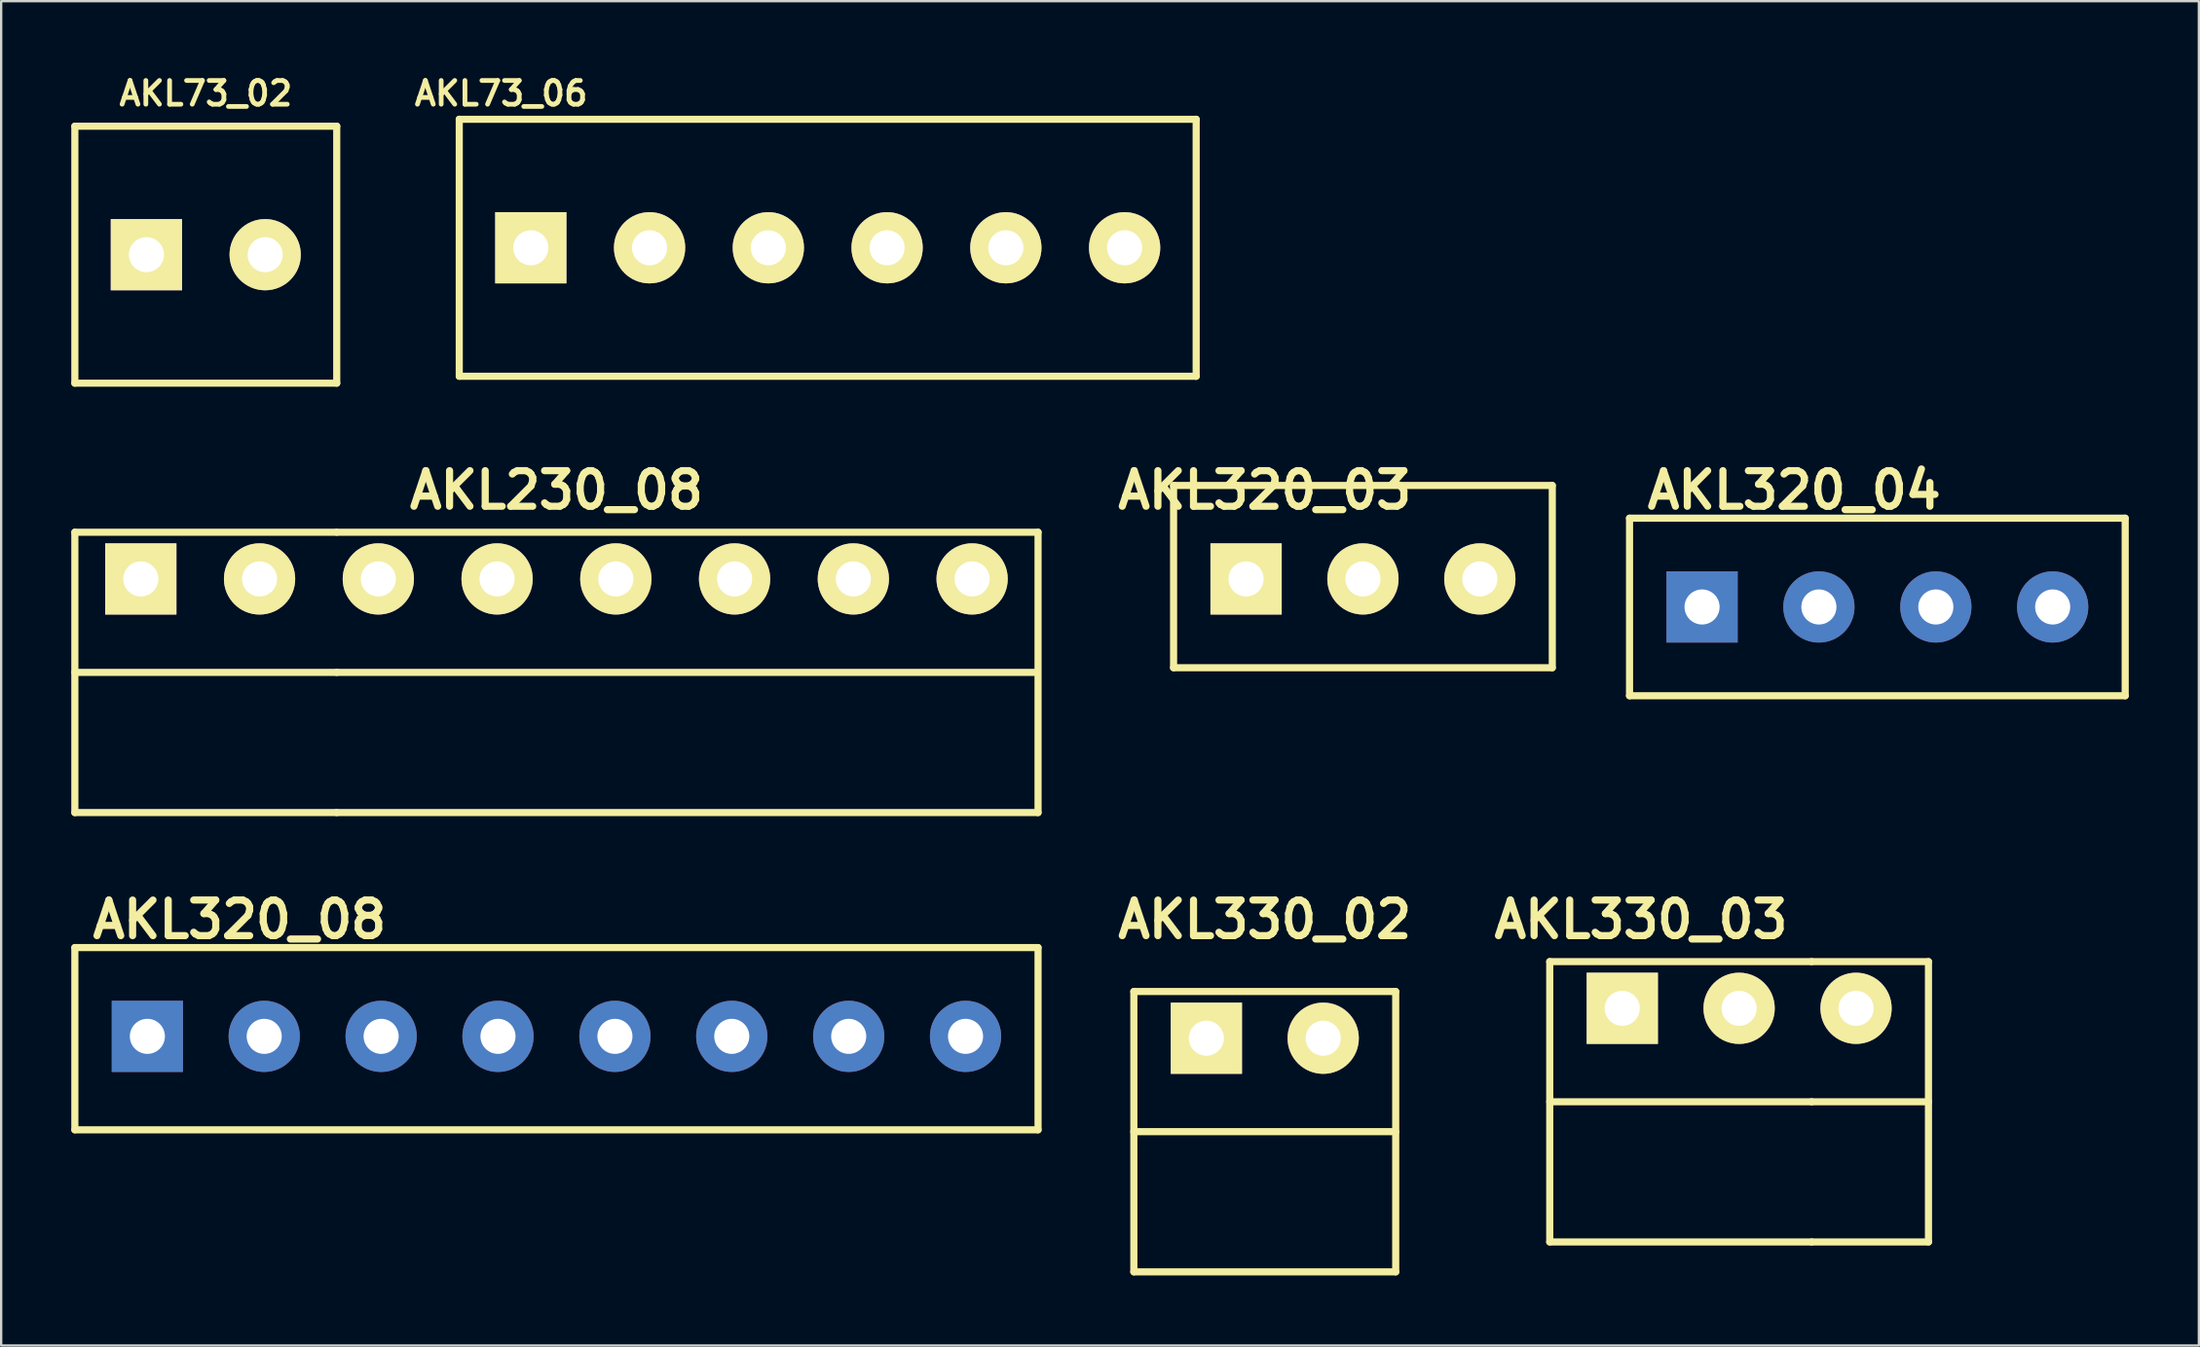
<source format=kicad_pcb>
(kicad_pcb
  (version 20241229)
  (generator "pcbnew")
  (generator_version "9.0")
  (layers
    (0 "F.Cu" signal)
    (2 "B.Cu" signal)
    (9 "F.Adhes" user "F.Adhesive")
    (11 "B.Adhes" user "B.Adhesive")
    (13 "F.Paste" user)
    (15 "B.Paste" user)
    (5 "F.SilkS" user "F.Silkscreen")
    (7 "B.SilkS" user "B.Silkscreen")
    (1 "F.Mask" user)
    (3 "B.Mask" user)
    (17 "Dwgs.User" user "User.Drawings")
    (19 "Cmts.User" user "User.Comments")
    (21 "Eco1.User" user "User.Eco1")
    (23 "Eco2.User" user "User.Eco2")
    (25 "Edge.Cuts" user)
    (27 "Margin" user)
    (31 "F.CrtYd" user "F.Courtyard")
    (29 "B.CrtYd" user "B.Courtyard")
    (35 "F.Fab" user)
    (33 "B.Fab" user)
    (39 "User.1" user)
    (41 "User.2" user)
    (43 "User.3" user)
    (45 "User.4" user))
  (footprint "AKL330_03"
    (layer "F.Cu")
    (at 68.843 40.109)
    (property "Reference" "AKL330_03" (at -1.699 -3.8 0) (layer "F.SilkS") (effects (font (size 1.524 1.524) (thickness 0.305))))
    (attr through_hole)
    (fp_line (start -5.601 -1.999) (end -5.601 10) (stroke (width 0.305) (type solid)) (layer "F.SilkS"))
    (fp_line (start -5.601 -1.999) (end 5.601 -1.999) (stroke (width 0.305) (type solid)) (layer "F.SilkS"))
    (fp_line (start -5.601 4) (end 5.601 4) (stroke (width 0.305) (type solid)) (layer "F.SilkS"))
    (fp_line (start 5.601 -1.999) (end 10.599 -1.999) (stroke (width 0.305) (type solid)) (layer "F.SilkS"))
    (fp_line (start 5.601 4) (end 10.599 4) (stroke (width 0.305) (type solid)) (layer "F.SilkS"))
    (fp_line (start 5.601 10) (end -5.601 10) (stroke (width 0.305) (type solid)) (layer "F.SilkS"))
    (fp_line (start 5.601 10) (end 10.599 10) (stroke (width 0.305) (type solid)) (layer "F.SilkS"))
    (fp_line (start 10.599 -1.999) (end 10.599 10) (stroke (width 0.305) (type solid)) (layer "F.SilkS"))
    (pad "1" thru_hole rect (at -2.499 0) (size 3.048 3.048) (drill 1.501) (layers "*.Cu" "*.Mask" "F.SilkS"))
    (pad "2" thru_hole circle (at 2.499 0) (size 3.048 3.048) (drill 1.501) (layers "*.Cu" "*.Mask" "F.SilkS"))
    (pad "3" thru_hole circle (at 7.501 0) (size 3.048 3.048) (drill 1.501) (layers "*.Cu" "*.Mask" "F.SilkS")))
  (footprint "AKL330_02"
    (layer "F.Cu")
    (at 51.052 41.389)
    (property "Reference" "AKL330_02" (at 0 -5.08 0) (layer "F.SilkS") (effects (font (size 1.524 1.524) (thickness 0.305))))
    (attr through_hole)
    (fp_line (start -5.601 -1.999) (end -5.601 10) (stroke (width 0.305) (type solid)) (layer "F.SilkS"))
    (fp_line (start -5.601 -1.999) (end 5.601 -1.999) (stroke (width 0.305) (type solid)) (layer "F.SilkS"))
    (fp_line (start -5.601 4) (end 5.601 4) (stroke (width 0.305) (type solid)) (layer "F.SilkS"))
    (fp_line (start 5.601 -1.999) (end 5.601 10) (stroke (width 0.305) (type solid)) (layer "F.SilkS"))
    (fp_line (start 5.601 10) (end -5.601 10) (stroke (width 0.305) (type solid)) (layer "F.SilkS"))
    (pad "1" thru_hole rect (at -2.499 0) (size 3.048 3.048) (drill 1.501) (layers "*.Cu" "*.Mask" "F.SilkS"))
    (pad "2" thru_hole circle (at 2.499 0) (size 3.048 3.048) (drill 1.501) (layers "*.Cu" "*.Mask" "F.SilkS")))
  (footprint "AKL320_08"
    (layer "F.Cu")
    (at 20.753 41.309)
    (property "Reference" "AKL320_08" (at -20 -5 0) (layer "F.SilkS") (effects (font (size 1.524 1.524) (thickness 0.305)) (justify left)))
    (attr through_hole)
    (fp_line (start -20.601 -3.8) (end -20.601 4) (stroke (width 0.305) (type solid)) (layer "F.SilkS"))
    (fp_line (start -20.601 -3.8) (end 20.601 -3.8) (stroke (width 0.305) (type solid)) (layer "F.SilkS"))
    (fp_line (start -20.601 4) (end 20.601 4) (stroke (width 0.305) (type solid)) (layer "F.SilkS"))
    (fp_line (start 20.601 -3.8) (end 20.601 4) (stroke (width 0.305) (type solid)) (layer "F.SilkS"))
    (pad "1" thru_hole rect (at -17.499 0) (size 3.048 3.048) (drill 1.501) (layers "*.Cu" "*.Mask"))
    (pad "2" thru_hole circle (at -12.501 0) (size 3.048 3.048) (drill 1.501) (layers "*.Cu" "*.Mask"))
    (pad "3" thru_hole circle (at -7.499 0) (size 3.048 3.048) (drill 1.501) (layers "*.Cu" "*.Mask"))
    (pad "4" thru_hole circle (at -2.501 0) (size 3.048 3.048) (drill 1.501) (layers "*.Cu" "*.Mask"))
    (pad "5" thru_hole circle (at 2.501 0) (size 3.048 3.048) (drill 1.501) (layers "*.Cu" "*.Mask"))
    (pad "6" thru_hole circle (at 7.499 0) (size 3.048 3.048) (drill 1.501) (layers "*.Cu" "*.Mask"))
    (pad "7" thru_hole circle (at 12.501 0) (size 3.048 3.048) (drill 1.501) (layers "*.Cu" "*.Mask"))
    (pad "8" thru_hole circle (at 17.499 0) (size 3.048 3.048) (drill 1.501) (layers "*.Cu" "*.Mask")))
  (footprint "AKL320_04"
    (layer "F.Cu")
    (at 77.256 22.93)
    (property "Reference" "AKL320_04" (at -10 -5 0) (layer "F.SilkS") (effects (font (size 1.524 1.524) (thickness 0.305)) (justify left)))
    (attr through_hole)
    (fp_line (start -10.601 -3.8) (end -10.601 3.8) (stroke (width 0.305) (type solid)) (layer "F.SilkS"))
    (fp_line (start -10.601 -3.8) (end 10.601 -3.8) (stroke (width 0.305) (type solid)) (layer "F.SilkS"))
    (fp_line (start -10.601 3.8) (end 10.601 3.8) (stroke (width 0.305) (type solid)) (layer "F.SilkS"))
    (fp_line (start 10.601 -3.8) (end 10.601 3.8) (stroke (width 0.305) (type solid)) (layer "F.SilkS"))
    (pad "1" thru_hole rect (at -7.499 0) (size 3.048 3.048) (drill 1.501) (layers "*.Cu" "*.Mask"))
    (pad "2" thru_hole circle (at -2.501 0) (size 3.048 3.048) (drill 1.501) (layers "*.Cu" "*.Mask"))
    (pad "3" thru_hole circle (at 2.501 0) (size 3.048 3.048) (drill 1.501) (layers "*.Cu" "*.Mask"))
    (pad "4" thru_hole circle (at 7.499 0) (size 3.048 3.048) (drill 1.501) (layers "*.Cu" "*.Mask")))
  (footprint "AKL73_02"
    (layer "F.Cu")
    (at 5.753 7.851)
    (property "Reference" "AKL73_02" (at 0 -6.9 0) (layer "F.SilkS") (effects (font (size 1.016 1.016) (thickness 0.203))))
    (attr through_hole)
    (fp_line (start -5.601 -5.5) (end -5.601 5.5) (stroke (width 0.305) (type solid)) (layer "F.SilkS"))
    (fp_line (start -5.601 -5.499) (end 5.601 -5.499) (stroke (width 0.305) (type solid)) (layer "F.SilkS"))
    (fp_line (start 5.601 -5.5) (end 5.601 5.5) (stroke (width 0.305) (type solid)) (layer "F.SilkS"))
    (fp_line (start 5.601 5.5) (end -5.601 5.5) (stroke (width 0.305) (type solid)) (layer "F.SilkS"))
    (pad "1" thru_hole rect (at -2.54 0) (size 3.048 3.048) (drill 1.501) (layers "*.Cu" "*.Mask" "F.SilkS"))
    (pad "2" thru_hole circle (at 2.54 0) (size 3.048 3.048) (drill 1.501) (layers "*.Cu" "*.Mask" "F.SilkS")))
  (footprint "AKL73_06"
    (layer "F.Cu")
    (at 32.356 7.555)
    (property "Reference" "AKL73_06" (at -13.97 -6.604 0) (layer "F.SilkS") (effects (font (size 1.016 1.016) (thickness 0.203))))
    (attr through_hole)
    (fp_line (start -15.761 -5.5) (end -15.761 5.5) (stroke (width 0.305) (type solid)) (layer "F.SilkS"))
    (fp_line (start -15.761 -5.499) (end 15.761 -5.499) (stroke (width 0.305) (type solid)) (layer "F.SilkS"))
    (fp_line (start 15.761 -5.5) (end 15.761 5.5) (stroke (width 0.305) (type solid)) (layer "F.SilkS"))
    (fp_line (start 15.761 5.5) (end -15.761 5.5) (stroke (width 0.305) (type solid)) (layer "F.SilkS"))
    (pad "1" thru_hole rect (at -12.7 0) (size 3.048 3.048) (drill 1.501) (layers "*.Cu" "*.Mask" "F.SilkS"))
    (pad "2" thru_hole circle (at -7.62 0) (size 3.048 3.048) (drill 1.501) (layers "*.Cu" "*.Mask" "F.SilkS"))
    (pad "3" thru_hole circle (at -2.54 0) (size 3.048 3.048) (drill 1.501) (layers "*.Cu" "*.Mask" "F.SilkS"))
    (pad "4" thru_hole circle (at 2.54 0) (size 3.048 3.048) (drill 1.501) (layers "*.Cu" "*.Mask" "F.SilkS"))
    (pad "5" thru_hole circle (at 7.62 0) (size 3.048 3.048) (drill 1.501) (layers "*.Cu" "*.Mask" "F.SilkS"))
    (pad "6" thru_hole circle (at 12.7 0) (size 3.048 3.048) (drill 1.501) (layers "*.Cu" "*.Mask" "F.SilkS")))
  (footprint "AKL230_08"
    (layer "F.Cu")
    (at 20.753 21.73)
    (property "Reference" "AKL230_08" (at 0 -3.8 0) (layer "F.SilkS") (effects (font (size 1.524 1.524) (thickness 0.305))))
    (attr through_hole)
    (fp_line (start -20.601 -1.999) (end -20.601 10) (stroke (width 0.305) (type solid)) (layer "F.SilkS"))
    (fp_line (start -20.601 -1.999) (end -9.399 -1.999) (stroke (width 0.305) (type solid)) (layer "F.SilkS"))
    (fp_line (start -20.601 4) (end -9.399 4) (stroke (width 0.305) (type solid)) (layer "F.SilkS"))
    (fp_line (start -9.399 -1.999) (end 20.601 -1.999) (stroke (width 0.305) (type solid)) (layer "F.SilkS"))
    (fp_line (start -9.399 4) (end 20.499 4) (stroke (width 0.305) (type solid)) (layer "F.SilkS"))
    (fp_line (start -9.399 10) (end -20.601 10) (stroke (width 0.305) (type solid)) (layer "F.SilkS"))
    (fp_line (start -9.399 10) (end 20.601 10) (stroke (width 0.305) (type solid)) (layer "F.SilkS"))
    (fp_line (start 20.601 -1.999) (end 20.601 10) (stroke (width 0.305) (type solid)) (layer "F.SilkS"))
    (pad "1" thru_hole rect (at -17.78 0) (size 3.048 3.048) (drill 1.501) (layers "*.Cu" "*.Mask" "F.SilkS"))
    (pad "2" thru_hole circle (at -12.7 0) (size 3.048 3.048) (drill 1.501) (layers "*.Cu" "*.Mask" "F.SilkS"))
    (pad "3" thru_hole circle (at -7.62 0) (size 3.048 3.048) (drill 1.501) (layers "*.Cu" "*.Mask" "F.SilkS"))
    (pad "4" thru_hole circle (at -2.54 0) (size 3.048 3.048) (drill 1.501) (layers "*.Cu" "*.Mask" "F.SilkS"))
    (pad "5" thru_hole circle (at 2.54 0) (size 3.048 3.048) (drill 1.501) (layers "*.Cu" "*.Mask" "F.SilkS"))
    (pad "6" thru_hole circle (at 7.62 0) (size 3.048 3.048) (drill 1.501) (layers "*.Cu" "*.Mask" "F.SilkS"))
    (pad "7" thru_hole circle (at 12.7 0) (size 3.048 3.048) (drill 1.501) (layers "*.Cu" "*.Mask" "F.SilkS"))
    (pad "8" thru_hole circle (at 17.78 0) (size 3.048 3.048) (drill 1.501) (layers "*.Cu" "*.Mask" "F.SilkS")))
  (footprint "AKL320_03"
    (layer "F.Cu")
    (at 55.251 21.73)
    (property "Reference" "AKL320_03" (at -4.199 -3.8 0) (layer "F.SilkS") (effects (font (size 1.524 1.524) (thickness 0.305))))
    (attr through_hole)
    (fp_line (start -8.1 -4) (end -8.1 3.8) (stroke (width 0.305) (type solid)) (layer "F.SilkS"))
    (fp_line (start -8.1 -4) (end 8.1 -4) (stroke (width 0.305) (type solid)) (layer "F.SilkS"))
    (fp_line (start -8.1 3.8) (end 8.1 3.8) (stroke (width 0.305) (type solid)) (layer "F.SilkS"))
    (fp_line (start 8.1 -4) (end 8.1 3.8) (stroke (width 0.305) (type solid)) (layer "F.SilkS"))
    (pad "1" thru_hole rect (at -4.999 0) (size 3.048 3.048) (drill 1.501) (layers "*.Cu" "*.Mask" "F.SilkS"))
    (pad "2" thru_hole circle (at 0 0) (size 3.048 3.048) (drill 1.501) (layers "*.Cu" "*.Mask" "F.SilkS"))
    (pad "3" thru_hole circle (at 5.001 0) (size 3.048 3.048) (drill 1.501) (layers "*.Cu" "*.Mask" "F.SilkS")))
  (gr_rect
    (start -3 -3)
    (end 91.009 54.541)
    (stroke (width 0.1) (type default))
    (fill no)
    (layer "Edge.Cuts")))
</source>
